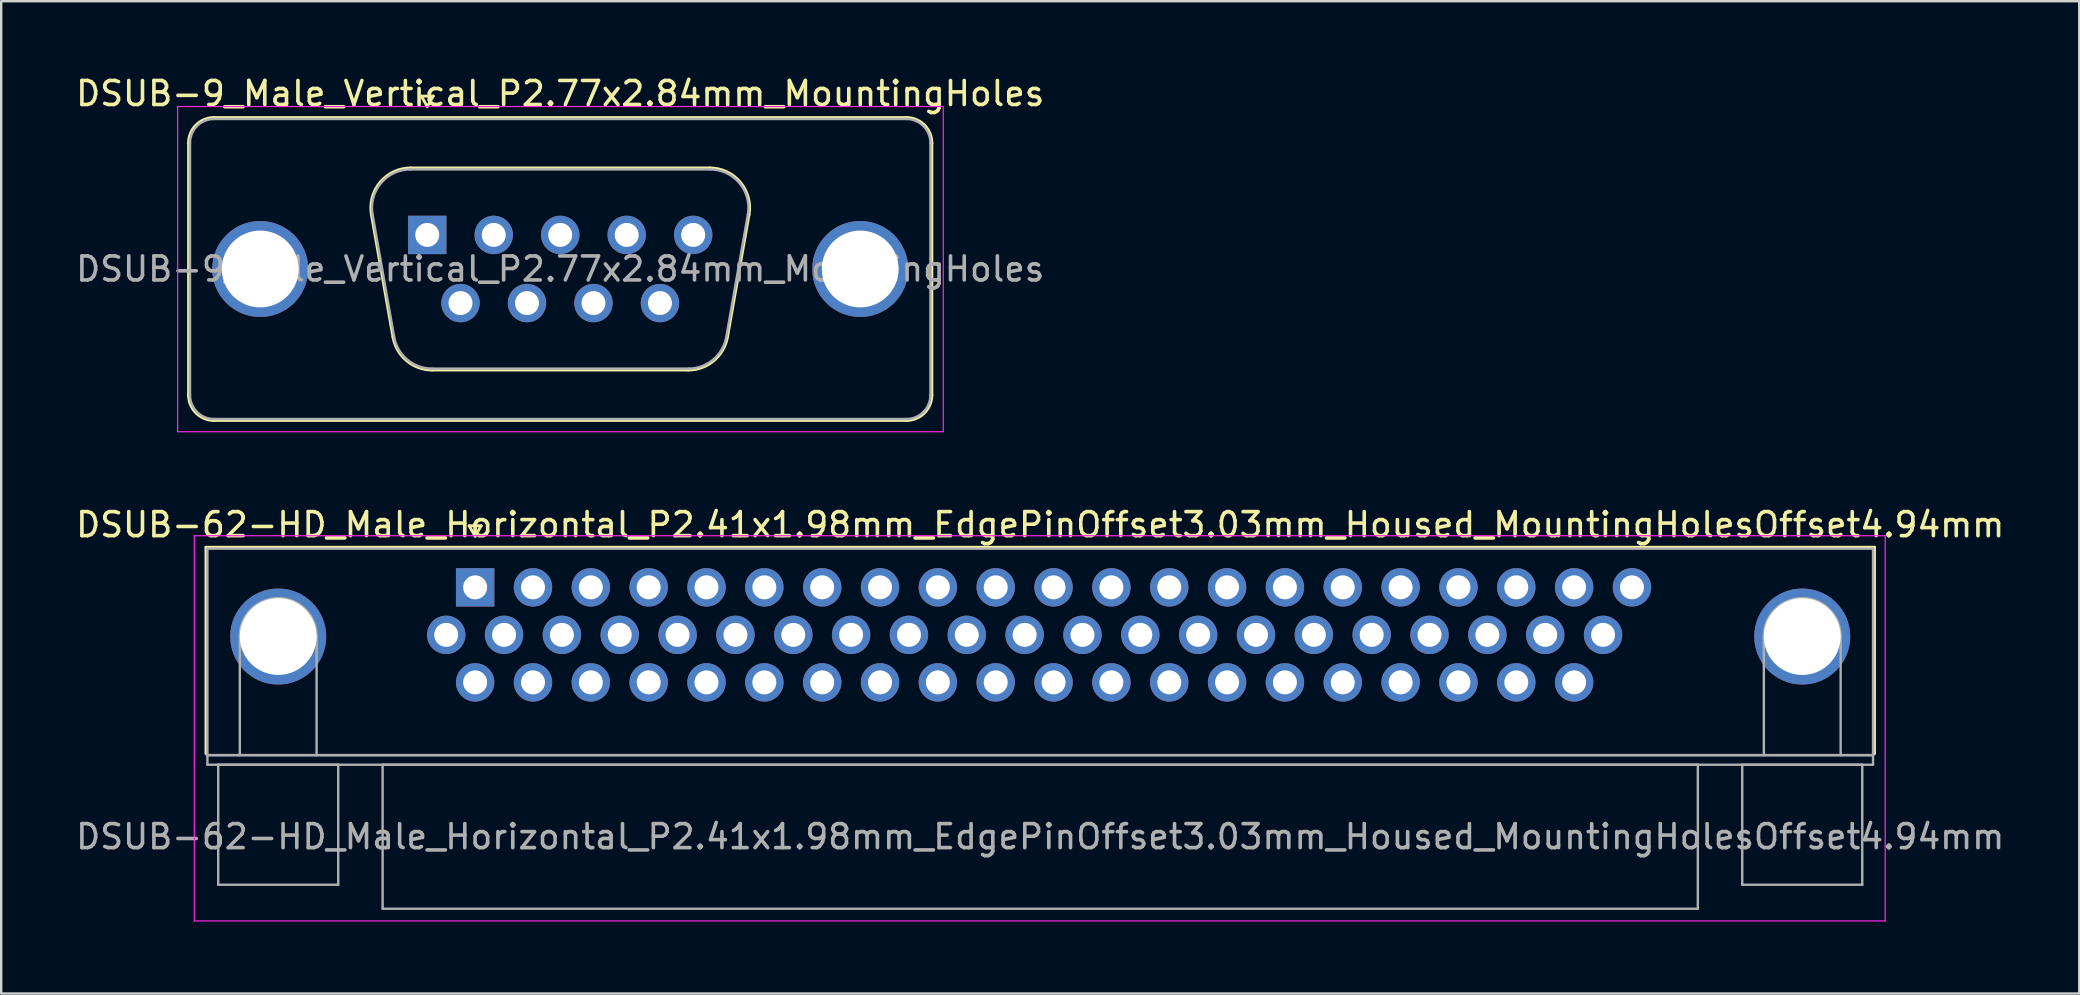
<source format=kicad_pcb>
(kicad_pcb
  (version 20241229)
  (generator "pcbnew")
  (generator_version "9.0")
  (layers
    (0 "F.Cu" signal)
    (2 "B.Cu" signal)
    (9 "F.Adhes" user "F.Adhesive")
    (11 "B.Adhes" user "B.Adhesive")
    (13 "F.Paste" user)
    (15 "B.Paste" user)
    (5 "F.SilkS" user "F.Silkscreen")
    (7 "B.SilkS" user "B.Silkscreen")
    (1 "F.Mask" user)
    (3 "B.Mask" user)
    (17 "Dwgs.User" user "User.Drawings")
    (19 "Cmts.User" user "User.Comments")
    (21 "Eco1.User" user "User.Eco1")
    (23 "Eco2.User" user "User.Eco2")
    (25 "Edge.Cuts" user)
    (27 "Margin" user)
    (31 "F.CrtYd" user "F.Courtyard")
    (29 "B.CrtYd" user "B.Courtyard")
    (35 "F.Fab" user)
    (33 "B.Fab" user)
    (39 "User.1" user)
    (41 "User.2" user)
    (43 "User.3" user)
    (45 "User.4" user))
  (footprint "DSUB-9_Male_Vertical_P2.77x2.84mm_MountingHoles"
    (layer "F.Cu")
    (at 14.752 6.738)
    (property "Reference" "DSUB-9_Male_Vertical_P2.77x2.84mm_MountingHoles" (at 5.54 -5.89 0) (layer "F.SilkS") (effects (font (size 1 1) (thickness 0.15))))
    (attr through_hole)
    (fp_line (start -9.945 6.67) (end -9.945 -3.83) (stroke (width 0.12) (type solid)) (layer "F.SilkS"))
    (fp_line (start -8.885 -4.89) (end 19.965 -4.89) (stroke (width 0.12) (type solid)) (layer "F.SilkS"))
    (fp_line (start -2.326 -0.842) (end -1.427 4.258) (stroke (width 0.12) (type solid)) (layer "F.SilkS"))
    (fp_line (start -0.692 -2.79) (end 11.772 -2.79) (stroke (width 0.12) (type solid)) (layer "F.SilkS"))
    (fp_line (start -0.25 -5.784) (end 0.25 -5.784) (stroke (width 0.12) (type solid)) (layer "F.SilkS"))
    (fp_line (start 0 -5.351) (end -0.25 -5.784) (stroke (width 0.12) (type solid)) (layer "F.SilkS"))
    (fp_line (start 0.208 5.63) (end 10.872 5.63) (stroke (width 0.12) (type solid)) (layer "F.SilkS"))
    (fp_line (start 0.25 -5.784) (end 0 -5.351) (stroke (width 0.12) (type solid)) (layer "F.SilkS"))
    (fp_line (start 13.406 -0.842) (end 12.507 4.258) (stroke (width 0.12) (type solid)) (layer "F.SilkS"))
    (fp_line (start 19.965 7.73) (end -8.885 7.73) (stroke (width 0.12) (type solid)) (layer "F.SilkS"))
    (fp_line (start 21.025 -3.83) (end 21.025 6.67) (stroke (width 0.12) (type solid)) (layer "F.SilkS"))
    (fp_arc (start -9.945 -3.83) (mid -9.634533 -4.579533) (end -8.885 -4.89) (stroke (width 0.12) (type solid)) (layer "F.SilkS"))
    (fp_arc (start -8.885 7.73) (mid -9.634533 7.419533) (end -9.945 6.67) (stroke (width 0.12) (type solid)) (layer "F.SilkS"))
    (fp_arc (start -2.32647 -0.841744) (mid -1.963323 -2.197028) (end -0.691689 -2.79) (stroke (width 0.12) (type solid)) (layer "F.SilkS"))
    (fp_arc (start 0.207579 5.63) (mid -0.859448 5.241634) (end -1.427202 4.258256) (stroke (width 0.12) (type solid)) (layer "F.SilkS"))
    (fp_arc (start 11.771689 -2.79) (mid 13.043323 -2.197027) (end 13.40647 -0.841744) (stroke (width 0.12) (type solid)) (layer "F.SilkS"))
    (fp_arc (start 12.507202 4.258256) (mid 11.939449 5.241634) (end 10.872421 5.63) (stroke (width 0.12) (type solid)) (layer "F.SilkS"))
    (fp_arc (start 19.965 -4.89) (mid 20.714533 -4.579533) (end 21.025 -3.83) (stroke (width 0.12) (type solid)) (layer "F.SilkS"))
    (fp_arc (start 21.025 6.67) (mid 20.714533 7.419533) (end 19.965 7.73) (stroke (width 0.12) (type solid)) (layer "F.SilkS"))
    (fp_line (start -10.4 -5.35) (end -10.4 8.2) (stroke (width 0.05) (type solid)) (layer "F.CrtYd"))
    (fp_line (start -10.4 8.2) (end 21.5 8.2) (stroke (width 0.05) (type solid)) (layer "F.CrtYd"))
    (fp_line (start 21.5 -5.35) (end -10.4 -5.35) (stroke (width 0.05) (type solid)) (layer "F.CrtYd"))
    (fp_line (start 21.5 8.2) (end 21.5 -5.35) (stroke (width 0.05) (type solid)) (layer "F.CrtYd"))
    (fp_line (start -9.885 6.67) (end -9.885 -3.83) (stroke (width 0.1) (type solid)) (layer "F.Fab"))
    (fp_line (start -8.885 -4.83) (end 19.965 -4.83) (stroke (width 0.1) (type solid)) (layer "F.Fab"))
    (fp_line (start -2.279 -0.852) (end -1.38 4.248) (stroke (width 0.1) (type solid)) (layer "F.Fab"))
    (fp_line (start -0.703 -2.73) (end 11.783 -2.73) (stroke (width 0.1) (type solid)) (layer "F.Fab"))
    (fp_line (start 0.196 5.57) (end 10.884 5.57) (stroke (width 0.1) (type solid)) (layer "F.Fab"))
    (fp_line (start 13.359 -0.852) (end 12.46 4.248) (stroke (width 0.1) (type solid)) (layer "F.Fab"))
    (fp_line (start 19.965 7.67) (end -8.885 7.67) (stroke (width 0.1) (type solid)) (layer "F.Fab"))
    (fp_line (start 20.965 -3.83) (end 20.965 6.67) (stroke (width 0.1) (type solid)) (layer "F.Fab"))
    (fp_arc (start -9.885 -3.83) (mid -9.592107 -4.537107) (end -8.885 -4.83) (stroke (width 0.1) (type solid)) (layer "F.Fab"))
    (fp_arc (start -8.885 7.67) (mid -9.592107 7.377107) (end -9.885 6.67) (stroke (width 0.1) (type solid)) (layer "F.Fab"))
    (fp_arc (start -2.278886 -0.852163) (mid -1.928865 -2.15846) (end -0.703194 -2.73) (stroke (width 0.1) (type solid)) (layer "F.Fab"))
    (fp_arc (start 0.196073 5.57) (mid -0.832387 5.195671) (end -1.379619 4.247837) (stroke (width 0.1) (type solid)) (layer "F.Fab"))
    (fp_arc (start 11.783194 -2.73) (mid 13.008865 -2.15846) (end 13.358886 -0.852163) (stroke (width 0.1) (type solid)) (layer "F.Fab"))
    (fp_arc (start 12.459619 4.247837) (mid 11.912387 5.195671) (end 10.883927 5.57) (stroke (width 0.1) (type solid)) (layer "F.Fab"))
    (fp_arc (start 19.965 -4.83) (mid 20.672107 -4.537107) (end 20.965 -3.83) (stroke (width 0.1) (type solid)) (layer "F.Fab"))
    (fp_arc (start 20.965 6.67) (mid 20.672107 7.377107) (end 19.965 7.67) (stroke (width 0.1) (type solid)) (layer "F.Fab"))
    (fp_text user "${REFERENCE}" (at 5.54 1.42 0) (layer "F.Fab") (effects (font (size 1 1) (thickness 0.15))))
    (pad "0" thru_hole circle (at -6.96 1.42) (size 4 4) (drill 3.2) (layers "*.Cu" "*.Mask"))
    (pad "0" thru_hole circle (at 18.04 1.42) (size 4 4) (drill 3.2) (layers "*.Cu" "*.Mask"))
    (pad "1" thru_hole rect (at 0 0) (size 1.6 1.6) (drill 1) (layers "*.Cu" "*.Mask"))
    (pad "2" thru_hole circle (at 2.77 0) (size 1.6 1.6) (drill 1) (layers "*.Cu" "*.Mask"))
    (pad "3" thru_hole circle (at 5.54 0) (size 1.6 1.6) (drill 1) (layers "*.Cu" "*.Mask"))
    (pad "4" thru_hole circle (at 8.31 0) (size 1.6 1.6) (drill 1) (layers "*.Cu" "*.Mask"))
    (pad "5" thru_hole circle (at 11.08 0) (size 1.6 1.6) (drill 1) (layers "*.Cu" "*.Mask"))
    (pad "6" thru_hole circle (at 1.385 2.84) (size 1.6 1.6) (drill 1) (layers "*.Cu" "*.Mask"))
    (pad "7" thru_hole circle (at 4.155 2.84) (size 1.6 1.6) (drill 1) (layers "*.Cu" "*.Mask"))
    (pad "8" thru_hole circle (at 6.925 2.84) (size 1.6 1.6) (drill 1) (layers "*.Cu" "*.Mask"))
    (pad "9" thru_hole circle (at 9.695 2.84) (size 1.6 1.6) (drill 1) (layers "*.Cu" "*.Mask")))
  (footprint "DSUB-62-HD_Male_Horizontal_P2.41x1.98mm_EdgePinOffset3.03mm_Housed_MountingHolesOffset4.94mm"
    (layer "F.Cu")
    (at 16.747 21.422)
    (property "Reference" "DSUB-62-HD_Male_Horizontal_P2.41x1.98mm_EdgePinOffset3.03mm_Housed_MountingHolesOffset4.94mm" (at 23.545 -2.61 0) (layer "F.SilkS") (effects (font (size 1 1) (thickness 0.15))))
    (attr through_hole)
    (fp_line (start -11.215 -1.67) (end 58.305 -1.67) (stroke (width 0.12) (type solid)) (layer "F.SilkS"))
    (fp_line (start -11.215 6.93) (end -11.215 -1.67) (stroke (width 0.12) (type solid)) (layer "F.SilkS"))
    (fp_line (start -0.25 -2.564) (end 0.25 -2.564) (stroke (width 0.12) (type solid)) (layer "F.SilkS"))
    (fp_line (start 0 -2.131) (end -0.25 -2.564) (stroke (width 0.12) (type solid)) (layer "F.SilkS"))
    (fp_line (start 0.25 -2.564) (end 0 -2.131) (stroke (width 0.12) (type solid)) (layer "F.SilkS"))
    (fp_line (start 58.305 -1.67) (end 58.305 6.93) (stroke (width 0.12) (type solid)) (layer "F.SilkS"))
    (fp_line (start -11.7 -2.15) (end -11.7 13.9) (stroke (width 0.05) (type solid)) (layer "F.CrtYd"))
    (fp_line (start -11.7 13.9) (end 58.75 13.9) (stroke (width 0.05) (type solid)) (layer "F.CrtYd"))
    (fp_line (start 58.75 -2.15) (end -11.7 -2.15) (stroke (width 0.05) (type solid)) (layer "F.CrtYd"))
    (fp_line (start 58.75 13.9) (end 58.75 -2.15) (stroke (width 0.05) (type solid)) (layer "F.CrtYd"))
    (fp_line (start -11.155 -1.61) (end -11.155 6.99) (stroke (width 0.1) (type solid)) (layer "F.Fab"))
    (fp_line (start -11.155 6.99) (end -11.155 7.39) (stroke (width 0.1) (type solid)) (layer "F.Fab"))
    (fp_line (start -11.155 6.99) (end 58.245 6.99) (stroke (width 0.1) (type solid)) (layer "F.Fab"))
    (fp_line (start -11.155 7.39) (end 58.245 7.39) (stroke (width 0.1) (type solid)) (layer "F.Fab"))
    (fp_line (start -10.705 7.39) (end -10.705 12.39) (stroke (width 0.1) (type solid)) (layer "F.Fab"))
    (fp_line (start -10.705 12.39) (end -5.705 12.39) (stroke (width 0.1) (type solid)) (layer "F.Fab"))
    (fp_line (start -9.805 6.99) (end -9.805 2.05) (stroke (width 0.1) (type solid)) (layer "F.Fab"))
    (fp_line (start -6.605 6.99) (end -6.605 2.05) (stroke (width 0.1) (type solid)) (layer "F.Fab"))
    (fp_line (start -5.705 7.39) (end -10.705 7.39) (stroke (width 0.1) (type solid)) (layer "F.Fab"))
    (fp_line (start -5.705 12.39) (end -5.705 7.39) (stroke (width 0.1) (type solid)) (layer "F.Fab"))
    (fp_line (start -3.855 7.39) (end -3.855 13.39) (stroke (width 0.1) (type solid)) (layer "F.Fab"))
    (fp_line (start -3.855 13.39) (end 50.945 13.39) (stroke (width 0.1) (type solid)) (layer "F.Fab"))
    (fp_line (start 50.945 7.39) (end -3.855 7.39) (stroke (width 0.1) (type solid)) (layer "F.Fab"))
    (fp_line (start 50.945 13.39) (end 50.945 7.39) (stroke (width 0.1) (type solid)) (layer "F.Fab"))
    (fp_line (start 52.795 7.39) (end 52.795 12.39) (stroke (width 0.1) (type solid)) (layer "F.Fab"))
    (fp_line (start 52.795 12.39) (end 57.795 12.39) (stroke (width 0.1) (type solid)) (layer "F.Fab"))
    (fp_line (start 53.695 6.99) (end 53.695 2.05) (stroke (width 0.1) (type solid)) (layer "F.Fab"))
    (fp_line (start 56.895 6.99) (end 56.895 2.05) (stroke (width 0.1) (type solid)) (layer "F.Fab"))
    (fp_line (start 57.795 7.39) (end 52.795 7.39) (stroke (width 0.1) (type solid)) (layer "F.Fab"))
    (fp_line (start 57.795 12.39) (end 57.795 7.39) (stroke (width 0.1) (type solid)) (layer "F.Fab"))
    (fp_line (start 58.245 -1.61) (end -11.155 -1.61) (stroke (width 0.1) (type solid)) (layer "F.Fab"))
    (fp_line (start 58.245 6.99) (end -11.155 6.99) (stroke (width 0.1) (type solid)) (layer "F.Fab"))
    (fp_line (start 58.245 6.99) (end 58.245 -1.61) (stroke (width 0.1) (type solid)) (layer "F.Fab"))
    (fp_line (start 58.245 7.39) (end 58.245 6.99) (stroke (width 0.1) (type solid)) (layer "F.Fab"))
    (fp_arc (start -9.805 2.05) (mid -8.205 0.45) (end -6.605 2.05) (stroke (width 0.1) (type solid)) (layer "F.Fab"))
    (fp_arc (start 53.695 2.05) (mid 55.295 0.45) (end 56.895 2.05) (stroke (width 0.1) (type solid)) (layer "F.Fab"))
    (fp_text user "${REFERENCE}" (at 23.545 10.39 0) (layer "F.Fab") (effects (font (size 1 1) (thickness 0.15))))
    (pad "0" thru_hole circle (at -8.205 2.05) (size 4 4) (drill 3.2) (layers "*.Cu" "*.Mask"))
    (pad "0" thru_hole circle (at 55.295 2.05) (size 4 4) (drill 3.2) (layers "*.Cu" "*.Mask"))
    (pad "1" thru_hole rect (at 0 0) (size 1.6 1.6) (drill 1) (layers "*.Cu" "*.Mask"))
    (pad "2" thru_hole circle (at 2.41 0) (size 1.6 1.6) (drill 1) (layers "*.Cu" "*.Mask"))
    (pad "3" thru_hole circle (at 4.82 0) (size 1.6 1.6) (drill 1) (layers "*.Cu" "*.Mask"))
    (pad "4" thru_hole circle (at 7.23 0) (size 1.6 1.6) (drill 1) (layers "*.Cu" "*.Mask"))
    (pad "5" thru_hole circle (at 9.64 0) (size 1.6 1.6) (drill 1) (layers "*.Cu" "*.Mask"))
    (pad "6" thru_hole circle (at 12.05 0) (size 1.6 1.6) (drill 1) (layers "*.Cu" "*.Mask"))
    (pad "7" thru_hole circle (at 14.46 0) (size 1.6 1.6) (drill 1) (layers "*.Cu" "*.Mask"))
    (pad "8" thru_hole circle (at 16.87 0) (size 1.6 1.6) (drill 1) (layers "*.Cu" "*.Mask"))
    (pad "9" thru_hole circle (at 19.28 0) (size 1.6 1.6) (drill 1) (layers "*.Cu" "*.Mask"))
    (pad "10" thru_hole circle (at 21.69 0) (size 1.6 1.6) (drill 1) (layers "*.Cu" "*.Mask"))
    (pad "11" thru_hole circle (at 24.1 0) (size 1.6 1.6) (drill 1) (layers "*.Cu" "*.Mask"))
    (pad "12" thru_hole circle (at 26.51 0) (size 1.6 1.6) (drill 1) (layers "*.Cu" "*.Mask"))
    (pad "13" thru_hole circle (at 28.92 0) (size 1.6 1.6) (drill 1) (layers "*.Cu" "*.Mask"))
    (pad "14" thru_hole circle (at 31.33 0) (size 1.6 1.6) (drill 1) (layers "*.Cu" "*.Mask"))
    (pad "15" thru_hole circle (at 33.74 0) (size 1.6 1.6) (drill 1) (layers "*.Cu" "*.Mask"))
    (pad "16" thru_hole circle (at 36.15 0) (size 1.6 1.6) (drill 1) (layers "*.Cu" "*.Mask"))
    (pad "17" thru_hole circle (at 38.56 0) (size 1.6 1.6) (drill 1) (layers "*.Cu" "*.Mask"))
    (pad "18" thru_hole circle (at 40.97 0) (size 1.6 1.6) (drill 1) (layers "*.Cu" "*.Mask"))
    (pad "19" thru_hole circle (at 43.38 0) (size 1.6 1.6) (drill 1) (layers "*.Cu" "*.Mask"))
    (pad "20" thru_hole circle (at 45.79 0) (size 1.6 1.6) (drill 1) (layers "*.Cu" "*.Mask"))
    (pad "21" thru_hole circle (at 48.2 0) (size 1.6 1.6) (drill 1) (layers "*.Cu" "*.Mask"))
    (pad "22" thru_hole circle (at -1.205 1.98) (size 1.6 1.6) (drill 1) (layers "*.Cu" "*.Mask"))
    (pad "23" thru_hole circle (at 1.205 1.98) (size 1.6 1.6) (drill 1) (layers "*.Cu" "*.Mask"))
    (pad "24" thru_hole circle (at 3.615 1.98) (size 1.6 1.6) (drill 1) (layers "*.Cu" "*.Mask"))
    (pad "25" thru_hole circle (at 6.025 1.98) (size 1.6 1.6) (drill 1) (layers "*.Cu" "*.Mask"))
    (pad "26" thru_hole circle (at 8.435 1.98) (size 1.6 1.6) (drill 1) (layers "*.Cu" "*.Mask"))
    (pad "27" thru_hole circle (at 10.845 1.98) (size 1.6 1.6) (drill 1) (layers "*.Cu" "*.Mask"))
    (pad "28" thru_hole circle (at 13.255 1.98) (size 1.6 1.6) (drill 1) (layers "*.Cu" "*.Mask"))
    (pad "29" thru_hole circle (at 15.665 1.98) (size 1.6 1.6) (drill 1) (layers "*.Cu" "*.Mask"))
    (pad "30" thru_hole circle (at 18.075 1.98) (size 1.6 1.6) (drill 1) (layers "*.Cu" "*.Mask"))
    (pad "31" thru_hole circle (at 20.485 1.98) (size 1.6 1.6) (drill 1) (layers "*.Cu" "*.Mask"))
    (pad "32" thru_hole circle (at 22.895 1.98) (size 1.6 1.6) (drill 1) (layers "*.Cu" "*.Mask"))
    (pad "33" thru_hole circle (at 25.305 1.98) (size 1.6 1.6) (drill 1) (layers "*.Cu" "*.Mask"))
    (pad "34" thru_hole circle (at 27.715 1.98) (size 1.6 1.6) (drill 1) (layers "*.Cu" "*.Mask"))
    (pad "35" thru_hole circle (at 30.125 1.98) (size 1.6 1.6) (drill 1) (layers "*.Cu" "*.Mask"))
    (pad "36" thru_hole circle (at 32.535 1.98) (size 1.6 1.6) (drill 1) (layers "*.Cu" "*.Mask"))
    (pad "37" thru_hole circle (at 34.945 1.98) (size 1.6 1.6) (drill 1) (layers "*.Cu" "*.Mask"))
    (pad "38" thru_hole circle (at 37.355 1.98) (size 1.6 1.6) (drill 1) (layers "*.Cu" "*.Mask"))
    (pad "39" thru_hole circle (at 39.765 1.98) (size 1.6 1.6) (drill 1) (layers "*.Cu" "*.Mask"))
    (pad "40" thru_hole circle (at 42.175 1.98) (size 1.6 1.6) (drill 1) (layers "*.Cu" "*.Mask"))
    (pad "41" thru_hole circle (at 44.585 1.98) (size 1.6 1.6) (drill 1) (layers "*.Cu" "*.Mask"))
    (pad "42" thru_hole circle (at 46.995 1.98) (size 1.6 1.6) (drill 1) (layers "*.Cu" "*.Mask"))
    (pad "43" thru_hole circle (at 0 3.96) (size 1.6 1.6) (drill 1) (layers "*.Cu" "*.Mask"))
    (pad "44" thru_hole circle (at 2.41 3.96) (size 1.6 1.6) (drill 1) (layers "*.Cu" "*.Mask"))
    (pad "45" thru_hole circle (at 4.82 3.96) (size 1.6 1.6) (drill 1) (layers "*.Cu" "*.Mask"))
    (pad "46" thru_hole circle (at 7.23 3.96) (size 1.6 1.6) (drill 1) (layers "*.Cu" "*.Mask"))
    (pad "47" thru_hole circle (at 9.64 3.96) (size 1.6 1.6) (drill 1) (layers "*.Cu" "*.Mask"))
    (pad "48" thru_hole circle (at 12.05 3.96) (size 1.6 1.6) (drill 1) (layers "*.Cu" "*.Mask"))
    (pad "49" thru_hole circle (at 14.46 3.96) (size 1.6 1.6) (drill 1) (layers "*.Cu" "*.Mask"))
    (pad "50" thru_hole circle (at 16.87 3.96) (size 1.6 1.6) (drill 1) (layers "*.Cu" "*.Mask"))
    (pad "51" thru_hole circle (at 19.28 3.96) (size 1.6 1.6) (drill 1) (layers "*.Cu" "*.Mask"))
    (pad "52" thru_hole circle (at 21.69 3.96) (size 1.6 1.6) (drill 1) (layers "*.Cu" "*.Mask"))
    (pad "53" thru_hole circle (at 24.1 3.96) (size 1.6 1.6) (drill 1) (layers "*.Cu" "*.Mask"))
    (pad "54" thru_hole circle (at 26.51 3.96) (size 1.6 1.6) (drill 1) (layers "*.Cu" "*.Mask"))
    (pad "55" thru_hole circle (at 28.92 3.96) (size 1.6 1.6) (drill 1) (layers "*.Cu" "*.Mask"))
    (pad "56" thru_hole circle (at 31.33 3.96) (size 1.6 1.6) (drill 1) (layers "*.Cu" "*.Mask"))
    (pad "57" thru_hole circle (at 33.74 3.96) (size 1.6 1.6) (drill 1) (layers "*.Cu" "*.Mask"))
    (pad "58" thru_hole circle (at 36.15 3.96) (size 1.6 1.6) (drill 1) (layers "*.Cu" "*.Mask"))
    (pad "59" thru_hole circle (at 38.56 3.96) (size 1.6 1.6) (drill 1) (layers "*.Cu" "*.Mask"))
    (pad "60" thru_hole circle (at 40.97 3.96) (size 1.6 1.6) (drill 1) (layers "*.Cu" "*.Mask"))
    (pad "61" thru_hole circle (at 43.38 3.96) (size 1.6 1.6) (drill 1) (layers "*.Cu" "*.Mask"))
    (pad "62" thru_hole circle (at 45.79 3.96) (size 1.6 1.6) (drill 1) (layers "*.Cu" "*.Mask")))
  (gr_rect
    (start -3 -3)
    (end 83.583 38.346)
    (stroke (width 0.1) (type default))
    (fill no)
    (layer "Edge.Cuts")))
</source>
